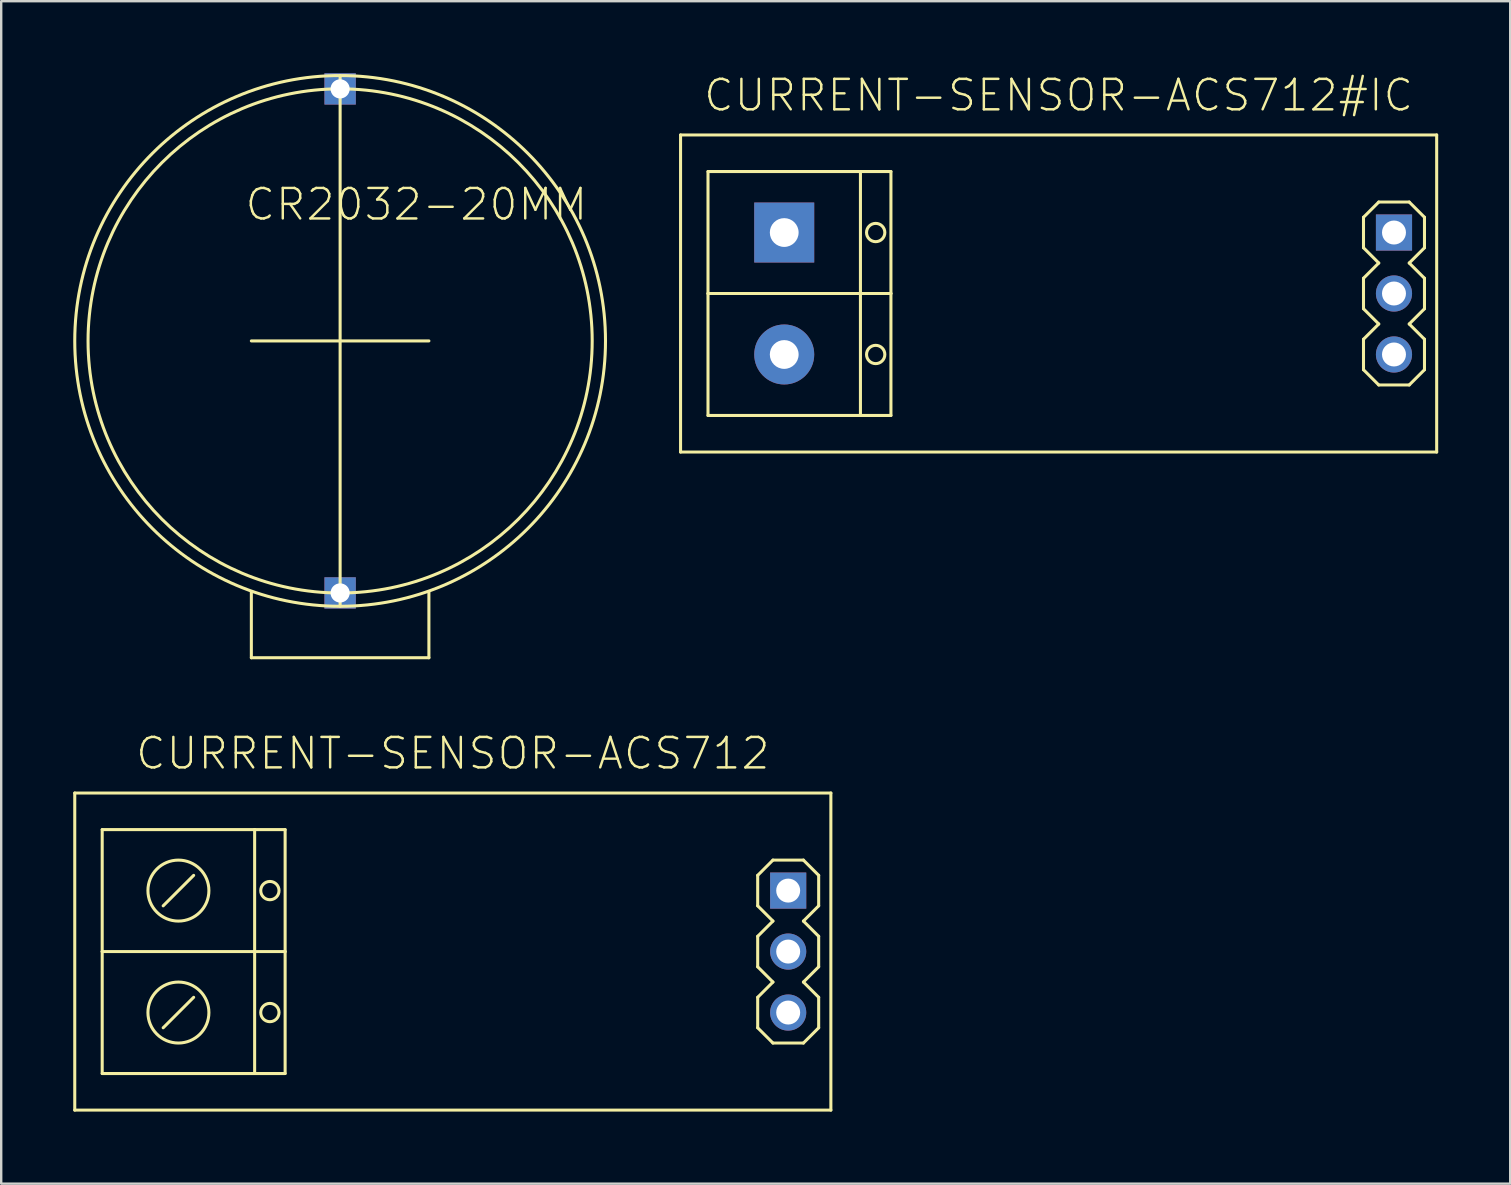
<source format=kicad_pcb>
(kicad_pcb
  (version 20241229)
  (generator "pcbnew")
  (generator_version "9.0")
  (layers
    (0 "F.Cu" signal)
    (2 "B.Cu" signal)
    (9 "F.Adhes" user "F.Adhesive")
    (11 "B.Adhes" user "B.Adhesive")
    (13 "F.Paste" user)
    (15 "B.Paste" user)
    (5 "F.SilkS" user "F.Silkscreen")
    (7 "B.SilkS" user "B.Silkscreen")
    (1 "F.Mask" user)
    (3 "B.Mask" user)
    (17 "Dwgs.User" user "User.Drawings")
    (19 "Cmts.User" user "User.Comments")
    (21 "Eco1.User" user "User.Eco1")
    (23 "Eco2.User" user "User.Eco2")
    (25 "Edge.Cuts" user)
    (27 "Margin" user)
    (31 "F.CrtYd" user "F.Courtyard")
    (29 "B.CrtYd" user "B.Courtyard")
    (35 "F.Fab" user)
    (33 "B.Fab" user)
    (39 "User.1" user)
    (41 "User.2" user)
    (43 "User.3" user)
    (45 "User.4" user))
  (footprint "CR2032-20MM"
    (layer "F.Cu")
    (at 11.118 11.151)
    (property "Reference" "CR2032-20MM" (at 3.175 -5.685 0) (layer "F.SilkS") (effects (font (size 1.27 1.27) (thickness 0.102))))
    (attr exclude_from_pos_files exclude_from_bom)
    (fp_line (start -3.698 13.198) (end -3.698 10.45) (stroke (width 0.127) (type solid)) (layer "F.SilkS"))
    (fp_line (start -3.698 13.198) (end 3.698 13.198) (stroke (width 0.127) (type solid)) (layer "F.SilkS"))
    (fp_line (start 0 0) (end -3.698 0) (stroke (width 0.127) (type solid)) (layer "F.SilkS"))
    (fp_line (start 0 0) (end 0 -10.998) (stroke (width 0.127) (type solid)) (layer "F.SilkS"))
    (fp_line (start 0 0) (end 0 11.049) (stroke (width 0.127) (type solid)) (layer "F.SilkS"))
    (fp_line (start 0 0) (end 3.698 0) (stroke (width 0.127) (type solid)) (layer "F.SilkS"))
    (fp_line (start 3.698 13.198) (end 3.698 10.45) (stroke (width 0.127) (type solid)) (layer "F.SilkS"))
    (fp_circle (center 0 0) (end 0 -11.054) (stroke (width 0.127) (type solid)) (fill no) (layer "F.SilkS"))
    (fp_circle (center 0 0) (end 0 -10.5) (stroke (width 0.127) (type solid)) (fill no) (layer "F.SilkS"))
    (pad "GND" thru_hole rect (at 0 -10.498) (size 1.306 1.306) (drill 0.798) (layers "*.Cu" "*.Paste" "*.Mask"))
    (pad "VCC" thru_hole rect (at 0 10.498) (size 1.306 1.306) (drill 0.798) (layers "*.Cu" "*.Paste" "*.Mask")))
  (footprint "CURRENT-SENSOR-ACS712"
    (layer "F.Cu")
    (at 15.812 36.588)
    (property "Reference" "CURRENT-SENSOR-ACS712" (at 0 -8.255 0) (layer "F.SilkS") (effects (font (size 1.27 1.27) (thickness 0.102))))
    (fp_line (start -15.748 -6.604) (end 15.748 -6.604) (stroke (width 0.127) (type solid)) (layer "F.SilkS"))
    (fp_line (start -15.748 6.604) (end -15.748 -6.604) (stroke (width 0.127) (type solid)) (layer "F.SilkS"))
    (fp_line (start -14.605 -5.08) (end -8.255 -5.08) (stroke (width 0.127) (type solid)) (layer "F.SilkS"))
    (fp_line (start -14.605 0) (end -14.605 -5.08) (stroke (width 0.127) (type solid)) (layer "F.SilkS"))
    (fp_line (start -14.605 5.08) (end -14.605 0) (stroke (width 0.127) (type solid)) (layer "F.SilkS"))
    (fp_line (start -10.795 -3.175) (end -12.065 -1.905) (stroke (width 0.127) (type solid)) (layer "F.SilkS"))
    (fp_line (start -10.795 1.905) (end -12.065 3.175) (stroke (width 0.127) (type solid)) (layer "F.SilkS"))
    (fp_line (start -8.255 -5.08) (end -8.255 5.08) (stroke (width 0.127) (type solid)) (layer "F.SilkS"))
    (fp_line (start -8.255 -5.08) (end -6.985 -5.08) (stroke (width 0.127) (type solid)) (layer "F.SilkS"))
    (fp_line (start -8.255 5.08) (end -14.605 5.08) (stroke (width 0.127) (type solid)) (layer "F.SilkS"))
    (fp_line (start -6.985 -5.08) (end -6.985 0) (stroke (width 0.127) (type solid)) (layer "F.SilkS"))
    (fp_line (start -6.985 0) (end -14.605 0) (stroke (width 0.127) (type solid)) (layer "F.SilkS"))
    (fp_line (start -6.985 0) (end -6.985 5.08) (stroke (width 0.127) (type solid)) (layer "F.SilkS"))
    (fp_line (start -6.985 5.08) (end -8.255 5.08) (stroke (width 0.127) (type solid)) (layer "F.SilkS"))
    (fp_line (start 12.7 -3.175) (end 13.335 -3.81) (stroke (width 0.127) (type solid)) (layer "F.SilkS"))
    (fp_line (start 12.7 -1.905) (end 12.7 -3.175) (stroke (width 0.127) (type solid)) (layer "F.SilkS"))
    (fp_line (start 12.7 -0.635) (end 13.335 -1.27) (stroke (width 0.127) (type solid)) (layer "F.SilkS"))
    (fp_line (start 12.7 0.635) (end 12.7 -0.635) (stroke (width 0.127) (type solid)) (layer "F.SilkS"))
    (fp_line (start 12.7 1.905) (end 13.335 1.27) (stroke (width 0.127) (type solid)) (layer "F.SilkS"))
    (fp_line (start 12.7 3.175) (end 12.7 1.905) (stroke (width 0.127) (type solid)) (layer "F.SilkS"))
    (fp_line (start 13.335 -3.81) (end 14.605 -3.81) (stroke (width 0.127) (type solid)) (layer "F.SilkS"))
    (fp_line (start 13.335 -1.27) (end 12.7 -1.905) (stroke (width 0.127) (type solid)) (layer "F.SilkS"))
    (fp_line (start 13.335 1.27) (end 12.7 0.635) (stroke (width 0.127) (type solid)) (layer "F.SilkS"))
    (fp_line (start 13.335 3.81) (end 12.7 3.175) (stroke (width 0.127) (type solid)) (layer "F.SilkS"))
    (fp_line (start 14.605 -3.81) (end 15.24 -3.175) (stroke (width 0.127) (type solid)) (layer "F.SilkS"))
    (fp_line (start 14.605 -1.27) (end 15.24 -0.635) (stroke (width 0.127) (type solid)) (layer "F.SilkS"))
    (fp_line (start 14.605 1.27) (end 15.24 1.905) (stroke (width 0.127) (type solid)) (layer "F.SilkS"))
    (fp_line (start 14.605 3.81) (end 13.335 3.81) (stroke (width 0.127) (type solid)) (layer "F.SilkS"))
    (fp_line (start 15.24 -3.175) (end 15.24 -1.905) (stroke (width 0.127) (type solid)) (layer "F.SilkS"))
    (fp_line (start 15.24 -1.905) (end 14.605 -1.27) (stroke (width 0.127) (type solid)) (layer "F.SilkS"))
    (fp_line (start 15.24 -0.635) (end 15.24 0.635) (stroke (width 0.127) (type solid)) (layer "F.SilkS"))
    (fp_line (start 15.24 0.635) (end 14.605 1.27) (stroke (width 0.127) (type solid)) (layer "F.SilkS"))
    (fp_line (start 15.24 1.905) (end 15.24 3.175) (stroke (width 0.127) (type solid)) (layer "F.SilkS"))
    (fp_line (start 15.24 3.175) (end 14.605 3.81) (stroke (width 0.127) (type solid)) (layer "F.SilkS"))
    (fp_line (start 15.748 -6.604) (end 15.748 6.604) (stroke (width 0.127) (type solid)) (layer "F.SilkS"))
    (fp_line (start 15.748 6.604) (end -15.748 6.604) (stroke (width 0.127) (type solid)) (layer "F.SilkS"))
    (fp_circle (center -11.43 -2.54) (end -11.43 -3.81) (stroke (width 0.127) (type solid)) (fill no) (layer "F.SilkS"))
    (fp_circle (center -11.43 2.54) (end -11.43 1.27) (stroke (width 0.127) (type solid)) (fill no) (layer "F.SilkS"))
    (fp_circle (center -7.62 -2.54) (end -7.62 -2.921) (stroke (width 0.127) (type solid)) (fill no) (layer "F.SilkS"))
    (fp_circle (center -7.62 2.54) (end -7.62 2.159) (stroke (width 0.127) (type solid)) (fill no) (layer "F.SilkS"))
    (pad "1" thru_hole rect (at 13.97 -2.54) (size 1.506 1.506) (drill 0.998) (layers "*.Cu" "*.Paste" "*.Mask"))
    (pad "2" thru_hole circle (at 13.97 0) (size 1.506 1.506) (drill 0.998) (layers "*.Cu" "*.Paste" "*.Mask"))
    (pad "3" thru_hole circle (at 13.97 2.54) (size 1.506 1.506) (drill 0.998) (layers "*.Cu" "*.Paste" "*.Mask")))
  (footprint "CURRENT-SENSOR-ACS712#IC"
    (layer "F.Cu")
    (at 41.047 9.176)
    (property "Reference" "CURRENT-SENSOR-ACS712#IC" (at 0 -8.255 0) (layer "F.SilkS") (effects (font (size 1.27 1.27) (thickness 0.102))))
    (attr exclude_from_pos_files exclude_from_bom)
    (fp_line (start -15.748 -6.604) (end 15.748 -6.604) (stroke (width 0.127) (type solid)) (layer "F.SilkS"))
    (fp_line (start -15.748 6.604) (end -15.748 -6.604) (stroke (width 0.127) (type solid)) (layer "F.SilkS"))
    (fp_line (start -14.605 -5.08) (end -8.255 -5.08) (stroke (width 0.127) (type solid)) (layer "F.SilkS"))
    (fp_line (start -14.605 0) (end -14.605 -5.08) (stroke (width 0.127) (type solid)) (layer "F.SilkS"))
    (fp_line (start -14.605 5.08) (end -14.605 0) (stroke (width 0.127) (type solid)) (layer "F.SilkS"))
    (fp_line (start -8.255 -5.08) (end -8.255 5.08) (stroke (width 0.127) (type solid)) (layer "F.SilkS"))
    (fp_line (start -8.255 -5.08) (end -6.985 -5.08) (stroke (width 0.127) (type solid)) (layer "F.SilkS"))
    (fp_line (start -8.255 5.08) (end -14.605 5.08) (stroke (width 0.127) (type solid)) (layer "F.SilkS"))
    (fp_line (start -6.985 -5.08) (end -6.985 0) (stroke (width 0.127) (type solid)) (layer "F.SilkS"))
    (fp_line (start -6.985 0) (end -14.605 0) (stroke (width 0.127) (type solid)) (layer "F.SilkS"))
    (fp_line (start -6.985 0) (end -6.985 5.08) (stroke (width 0.127) (type solid)) (layer "F.SilkS"))
    (fp_line (start -6.985 5.08) (end -8.255 5.08) (stroke (width 0.127) (type solid)) (layer "F.SilkS"))
    (fp_line (start 12.7 -3.175) (end 13.335 -3.81) (stroke (width 0.127) (type solid)) (layer "F.SilkS"))
    (fp_line (start 12.7 -1.905) (end 12.7 -3.175) (stroke (width 0.127) (type solid)) (layer "F.SilkS"))
    (fp_line (start 12.7 -0.635) (end 13.335 -1.27) (stroke (width 0.127) (type solid)) (layer "F.SilkS"))
    (fp_line (start 12.7 0.635) (end 12.7 -0.635) (stroke (width 0.127) (type solid)) (layer "F.SilkS"))
    (fp_line (start 12.7 1.905) (end 13.335 1.27) (stroke (width 0.127) (type solid)) (layer "F.SilkS"))
    (fp_line (start 12.7 3.175) (end 12.7 1.905) (stroke (width 0.127) (type solid)) (layer "F.SilkS"))
    (fp_line (start 13.335 -3.81) (end 14.605 -3.81) (stroke (width 0.127) (type solid)) (layer "F.SilkS"))
    (fp_line (start 13.335 -1.27) (end 12.7 -1.905) (stroke (width 0.127) (type solid)) (layer "F.SilkS"))
    (fp_line (start 13.335 1.27) (end 12.7 0.635) (stroke (width 0.127) (type solid)) (layer "F.SilkS"))
    (fp_line (start 13.335 3.81) (end 12.7 3.175) (stroke (width 0.127) (type solid)) (layer "F.SilkS"))
    (fp_line (start 14.605 -3.81) (end 15.24 -3.175) (stroke (width 0.127) (type solid)) (layer "F.SilkS"))
    (fp_line (start 14.605 -1.27) (end 15.24 -0.635) (stroke (width 0.127) (type solid)) (layer "F.SilkS"))
    (fp_line (start 14.605 1.27) (end 15.24 1.905) (stroke (width 0.127) (type solid)) (layer "F.SilkS"))
    (fp_line (start 14.605 3.81) (end 13.335 3.81) (stroke (width 0.127) (type solid)) (layer "F.SilkS"))
    (fp_line (start 15.24 -3.175) (end 15.24 -1.905) (stroke (width 0.127) (type solid)) (layer "F.SilkS"))
    (fp_line (start 15.24 -1.905) (end 14.605 -1.27) (stroke (width 0.127) (type solid)) (layer "F.SilkS"))
    (fp_line (start 15.24 -0.635) (end 15.24 0.635) (stroke (width 0.127) (type solid)) (layer "F.SilkS"))
    (fp_line (start 15.24 0.635) (end 14.605 1.27) (stroke (width 0.127) (type solid)) (layer "F.SilkS"))
    (fp_line (start 15.24 1.905) (end 15.24 3.175) (stroke (width 0.127) (type solid)) (layer "F.SilkS"))
    (fp_line (start 15.24 3.175) (end 14.605 3.81) (stroke (width 0.127) (type solid)) (layer "F.SilkS"))
    (fp_line (start 15.748 -6.604) (end 15.748 6.604) (stroke (width 0.127) (type solid)) (layer "F.SilkS"))
    (fp_line (start 15.748 6.604) (end -15.748 6.604) (stroke (width 0.127) (type solid)) (layer "F.SilkS"))
    (fp_circle (center -7.62 -2.54) (end -7.62 -2.921) (stroke (width 0.127) (type solid)) (fill no) (layer "F.SilkS"))
    (fp_circle (center -7.62 2.54) (end -7.62 2.159) (stroke (width 0.127) (type solid)) (fill no) (layer "F.SilkS"))
    (pad "1" thru_hole rect (at 13.97 -2.54) (size 1.506 1.506) (drill 0.998) (layers "*.Cu" "*.Paste" "*.Mask"))
    (pad "2" thru_hole circle (at 13.97 0) (size 1.506 1.506) (drill 0.998) (layers "*.Cu" "*.Paste" "*.Mask"))
    (pad "3" thru_hole circle (at 13.97 2.54) (size 1.506 1.506) (drill 0.998) (layers "*.Cu" "*.Paste" "*.Mask"))
    (pad "P1.1" thru_hole rect (at -11.43 -2.54) (size 2.499 2.499) (drill 1.199) (layers "*.Cu" "*.Paste" "*.Mask"))
    (pad "P1.2" thru_hole circle (at -11.43 2.54) (size 2.499 2.499) (drill 1.199) (layers "*.Cu" "*.Paste" "*.Mask")))
  (gr_rect
    (start -3 -3)
    (end 59.858 46.256)
    (stroke (width 0.1) (type default))
    (fill no)
    (layer "Edge.Cuts")))
</source>
